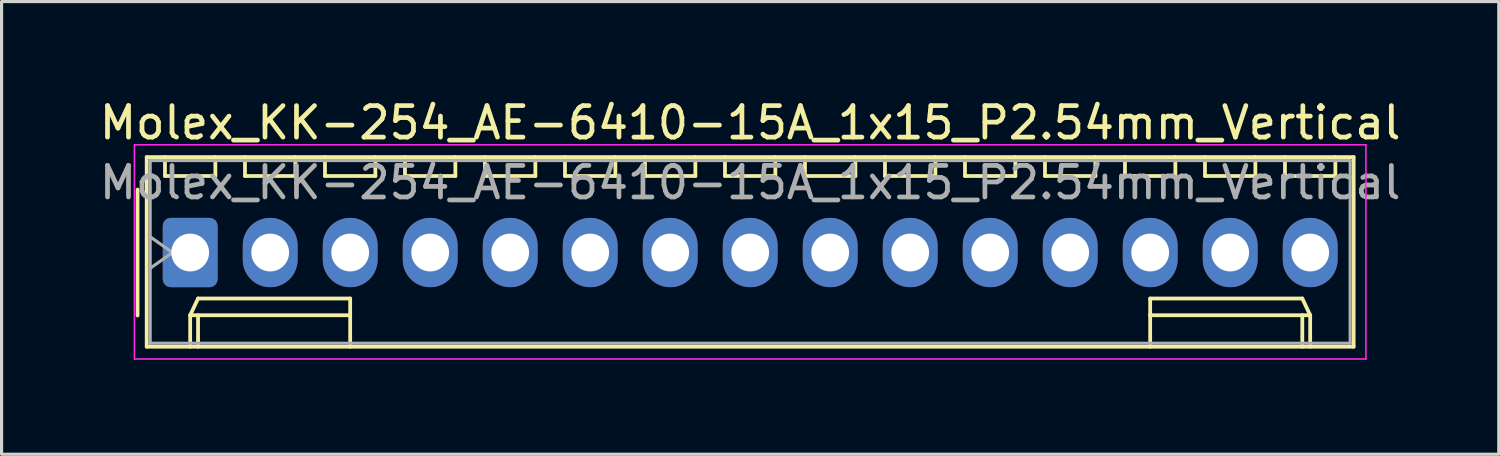
<source format=kicad_pcb>
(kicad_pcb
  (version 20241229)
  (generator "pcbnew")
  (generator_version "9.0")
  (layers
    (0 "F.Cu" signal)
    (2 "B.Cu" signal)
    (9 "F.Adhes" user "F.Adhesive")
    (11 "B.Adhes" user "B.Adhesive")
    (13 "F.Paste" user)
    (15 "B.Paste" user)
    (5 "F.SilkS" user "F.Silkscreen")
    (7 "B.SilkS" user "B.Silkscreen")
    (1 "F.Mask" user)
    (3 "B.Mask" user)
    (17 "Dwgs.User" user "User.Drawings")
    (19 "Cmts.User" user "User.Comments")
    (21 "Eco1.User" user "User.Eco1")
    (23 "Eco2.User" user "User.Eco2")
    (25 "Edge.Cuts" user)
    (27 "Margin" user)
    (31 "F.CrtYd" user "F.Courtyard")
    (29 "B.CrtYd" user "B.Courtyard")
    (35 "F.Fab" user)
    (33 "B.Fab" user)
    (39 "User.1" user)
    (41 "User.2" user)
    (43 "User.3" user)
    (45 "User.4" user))
  (footprint "Molex_KK-254_AE-6410-15A_1x15_P2.54mm_Vertical"
    (layer "F.Cu")
    (at 2.988 4.968)
    (property "Reference" "Molex_KK-254_AE-6410-15A_1x15_P2.54mm_Vertical" (at 17.78 -4.12 0) (layer "F.SilkS") (effects (font (size 1 1) (thickness 0.15))))
    (attr through_hole)
    (fp_line (start -1.67 -2) (end -1.67 2) (stroke (width 0.12) (type solid)) (layer "F.SilkS"))
    (fp_line (start -1.38 -3.03) (end -1.38 2.99) (stroke (width 0.12) (type solid)) (layer "F.SilkS"))
    (fp_line (start -1.38 2.99) (end 36.94 2.99) (stroke (width 0.12) (type solid)) (layer "F.SilkS"))
    (fp_line (start -0.8 -3.03) (end -0.8 -2.43) (stroke (width 0.12) (type solid)) (layer "F.SilkS"))
    (fp_line (start -0.8 -2.43) (end 0.8 -2.43) (stroke (width 0.12) (type solid)) (layer "F.SilkS"))
    (fp_line (start 0 1.99) (end 0.25 1.46) (stroke (width 0.12) (type solid)) (layer "F.SilkS"))
    (fp_line (start 0 1.99) (end 5.08 1.99) (stroke (width 0.12) (type solid)) (layer "F.SilkS"))
    (fp_line (start 0 2.99) (end 0 1.99) (stroke (width 0.12) (type solid)) (layer "F.SilkS"))
    (fp_line (start 0.25 1.46) (end 5.08 1.46) (stroke (width 0.12) (type solid)) (layer "F.SilkS"))
    (fp_line (start 0.25 2.99) (end 0.25 1.99) (stroke (width 0.12) (type solid)) (layer "F.SilkS"))
    (fp_line (start 0.8 -2.43) (end 0.8 -3.03) (stroke (width 0.12) (type solid)) (layer "F.SilkS"))
    (fp_line (start 1.74 -3.03) (end 1.74 -2.43) (stroke (width 0.12) (type solid)) (layer "F.SilkS"))
    (fp_line (start 1.74 -2.43) (end 3.34 -2.43) (stroke (width 0.12) (type solid)) (layer "F.SilkS"))
    (fp_line (start 3.34 -2.43) (end 3.34 -3.03) (stroke (width 0.12) (type solid)) (layer "F.SilkS"))
    (fp_line (start 4.28 -3.03) (end 4.28 -2.43) (stroke (width 0.12) (type solid)) (layer "F.SilkS"))
    (fp_line (start 4.28 -2.43) (end 5.88 -2.43) (stroke (width 0.12) (type solid)) (layer "F.SilkS"))
    (fp_line (start 5.08 1.46) (end 5.08 1.99) (stroke (width 0.12) (type solid)) (layer "F.SilkS"))
    (fp_line (start 5.08 1.99) (end 5.08 2.99) (stroke (width 0.12) (type solid)) (layer "F.SilkS"))
    (fp_line (start 5.88 -2.43) (end 5.88 -3.03) (stroke (width 0.12) (type solid)) (layer "F.SilkS"))
    (fp_line (start 6.82 -3.03) (end 6.82 -2.43) (stroke (width 0.12) (type solid)) (layer "F.SilkS"))
    (fp_line (start 6.82 -2.43) (end 8.42 -2.43) (stroke (width 0.12) (type solid)) (layer "F.SilkS"))
    (fp_line (start 8.42 -2.43) (end 8.42 -3.03) (stroke (width 0.12) (type solid)) (layer "F.SilkS"))
    (fp_line (start 9.36 -3.03) (end 9.36 -2.43) (stroke (width 0.12) (type solid)) (layer "F.SilkS"))
    (fp_line (start 9.36 -2.43) (end 10.96 -2.43) (stroke (width 0.12) (type solid)) (layer "F.SilkS"))
    (fp_line (start 10.96 -2.43) (end 10.96 -3.03) (stroke (width 0.12) (type solid)) (layer "F.SilkS"))
    (fp_line (start 11.9 -3.03) (end 11.9 -2.43) (stroke (width 0.12) (type solid)) (layer "F.SilkS"))
    (fp_line (start 11.9 -2.43) (end 13.5 -2.43) (stroke (width 0.12) (type solid)) (layer "F.SilkS"))
    (fp_line (start 13.5 -2.43) (end 13.5 -3.03) (stroke (width 0.12) (type solid)) (layer "F.SilkS"))
    (fp_line (start 14.44 -3.03) (end 14.44 -2.43) (stroke (width 0.12) (type solid)) (layer "F.SilkS"))
    (fp_line (start 14.44 -2.43) (end 16.04 -2.43) (stroke (width 0.12) (type solid)) (layer "F.SilkS"))
    (fp_line (start 16.04 -2.43) (end 16.04 -3.03) (stroke (width 0.12) (type solid)) (layer "F.SilkS"))
    (fp_line (start 16.98 -3.03) (end 16.98 -2.43) (stroke (width 0.12) (type solid)) (layer "F.SilkS"))
    (fp_line (start 16.98 -2.43) (end 18.58 -2.43) (stroke (width 0.12) (type solid)) (layer "F.SilkS"))
    (fp_line (start 18.58 -2.43) (end 18.58 -3.03) (stroke (width 0.12) (type solid)) (layer "F.SilkS"))
    (fp_line (start 19.52 -3.03) (end 19.52 -2.43) (stroke (width 0.12) (type solid)) (layer "F.SilkS"))
    (fp_line (start 19.52 -2.43) (end 21.12 -2.43) (stroke (width 0.12) (type solid)) (layer "F.SilkS"))
    (fp_line (start 21.12 -2.43) (end 21.12 -3.03) (stroke (width 0.12) (type solid)) (layer "F.SilkS"))
    (fp_line (start 22.06 -3.03) (end 22.06 -2.43) (stroke (width 0.12) (type solid)) (layer "F.SilkS"))
    (fp_line (start 22.06 -2.43) (end 23.66 -2.43) (stroke (width 0.12) (type solid)) (layer "F.SilkS"))
    (fp_line (start 23.66 -2.43) (end 23.66 -3.03) (stroke (width 0.12) (type solid)) (layer "F.SilkS"))
    (fp_line (start 24.6 -3.03) (end 24.6 -2.43) (stroke (width 0.12) (type solid)) (layer "F.SilkS"))
    (fp_line (start 24.6 -2.43) (end 26.2 -2.43) (stroke (width 0.12) (type solid)) (layer "F.SilkS"))
    (fp_line (start 26.2 -2.43) (end 26.2 -3.03) (stroke (width 0.12) (type solid)) (layer "F.SilkS"))
    (fp_line (start 27.14 -3.03) (end 27.14 -2.43) (stroke (width 0.12) (type solid)) (layer "F.SilkS"))
    (fp_line (start 27.14 -2.43) (end 28.74 -2.43) (stroke (width 0.12) (type solid)) (layer "F.SilkS"))
    (fp_line (start 28.74 -2.43) (end 28.74 -3.03) (stroke (width 0.12) (type solid)) (layer "F.SilkS"))
    (fp_line (start 29.68 -3.03) (end 29.68 -2.43) (stroke (width 0.12) (type solid)) (layer "F.SilkS"))
    (fp_line (start 29.68 -2.43) (end 31.28 -2.43) (stroke (width 0.12) (type solid)) (layer "F.SilkS"))
    (fp_line (start 30.48 1.46) (end 30.48 1.99) (stroke (width 0.12) (type solid)) (layer "F.SilkS"))
    (fp_line (start 30.48 1.99) (end 30.48 2.99) (stroke (width 0.12) (type solid)) (layer "F.SilkS"))
    (fp_line (start 31.28 -2.43) (end 31.28 -3.03) (stroke (width 0.12) (type solid)) (layer "F.SilkS"))
    (fp_line (start 32.22 -3.03) (end 32.22 -2.43) (stroke (width 0.12) (type solid)) (layer "F.SilkS"))
    (fp_line (start 32.22 -2.43) (end 33.82 -2.43) (stroke (width 0.12) (type solid)) (layer "F.SilkS"))
    (fp_line (start 33.82 -2.43) (end 33.82 -3.03) (stroke (width 0.12) (type solid)) (layer "F.SilkS"))
    (fp_line (start 34.76 -3.03) (end 34.76 -2.43) (stroke (width 0.12) (type solid)) (layer "F.SilkS"))
    (fp_line (start 34.76 -2.43) (end 36.36 -2.43) (stroke (width 0.12) (type solid)) (layer "F.SilkS"))
    (fp_line (start 35.31 1.46) (end 30.48 1.46) (stroke (width 0.12) (type solid)) (layer "F.SilkS"))
    (fp_line (start 35.31 2.99) (end 35.31 1.99) (stroke (width 0.12) (type solid)) (layer "F.SilkS"))
    (fp_line (start 35.56 1.99) (end 30.48 1.99) (stroke (width 0.12) (type solid)) (layer "F.SilkS"))
    (fp_line (start 35.56 1.99) (end 35.31 1.46) (stroke (width 0.12) (type solid)) (layer "F.SilkS"))
    (fp_line (start 35.56 2.99) (end 35.56 1.99) (stroke (width 0.12) (type solid)) (layer "F.SilkS"))
    (fp_line (start 36.36 -2.43) (end 36.36 -3.03) (stroke (width 0.12) (type solid)) (layer "F.SilkS"))
    (fp_line (start 36.94 -3.03) (end -1.38 -3.03) (stroke (width 0.12) (type solid)) (layer "F.SilkS"))
    (fp_line (start 36.94 2.99) (end 36.94 -3.03) (stroke (width 0.12) (type solid)) (layer "F.SilkS"))
    (fp_line (start -1.77 -3.42) (end -1.77 3.38) (stroke (width 0.05) (type solid)) (layer "F.CrtYd"))
    (fp_line (start -1.77 3.38) (end 37.33 3.38) (stroke (width 0.05) (type solid)) (layer "F.CrtYd"))
    (fp_line (start 37.33 -3.42) (end -1.77 -3.42) (stroke (width 0.05) (type solid)) (layer "F.CrtYd"))
    (fp_line (start 37.33 3.38) (end 37.33 -3.42) (stroke (width 0.05) (type solid)) (layer "F.CrtYd"))
    (fp_line (start -1.27 -2.92) (end -1.27 2.88) (stroke (width 0.1) (type solid)) (layer "F.Fab"))
    (fp_line (start -1.27 -0.5) (end -0.563 0) (stroke (width 0.1) (type solid)) (layer "F.Fab"))
    (fp_line (start -1.27 2.88) (end 36.83 2.88) (stroke (width 0.1) (type solid)) (layer "F.Fab"))
    (fp_line (start -0.563 0) (end -1.27 0.5) (stroke (width 0.1) (type solid)) (layer "F.Fab"))
    (fp_line (start 36.83 -2.92) (end -1.27 -2.92) (stroke (width 0.1) (type solid)) (layer "F.Fab"))
    (fp_line (start 36.83 2.88) (end 36.83 -2.92) (stroke (width 0.1) (type solid)) (layer "F.Fab"))
    (fp_text user "${REFERENCE}" (at 17.78 -2.22 0) (layer "F.Fab") (effects (font (size 1 1) (thickness 0.15))))
    (pad "1" thru_hole roundrect (at 0 0) (size 1.74 2.2) (drill 1.2) (layers "*.Cu" "*.Mask") (roundrect_rratio 0.144))
    (pad "2" thru_hole oval (at 2.54 0) (size 1.74 2.2) (drill 1.2) (layers "*.Cu" "*.Mask"))
    (pad "3" thru_hole oval (at 5.08 0) (size 1.74 2.2) (drill 1.2) (layers "*.Cu" "*.Mask"))
    (pad "4" thru_hole oval (at 7.62 0) (size 1.74 2.2) (drill 1.2) (layers "*.Cu" "*.Mask"))
    (pad "5" thru_hole oval (at 10.16 0) (size 1.74 2.2) (drill 1.2) (layers "*.Cu" "*.Mask"))
    (pad "6" thru_hole oval (at 12.7 0) (size 1.74 2.2) (drill 1.2) (layers "*.Cu" "*.Mask"))
    (pad "7" thru_hole oval (at 15.24 0) (size 1.74 2.2) (drill 1.2) (layers "*.Cu" "*.Mask"))
    (pad "8" thru_hole oval (at 17.78 0) (size 1.74 2.2) (drill 1.2) (layers "*.Cu" "*.Mask"))
    (pad "9" thru_hole oval (at 20.32 0) (size 1.74 2.2) (drill 1.2) (layers "*.Cu" "*.Mask"))
    (pad "10" thru_hole oval (at 22.86 0) (size 1.74 2.2) (drill 1.2) (layers "*.Cu" "*.Mask"))
    (pad "11" thru_hole oval (at 25.4 0) (size 1.74 2.2) (drill 1.2) (layers "*.Cu" "*.Mask"))
    (pad "12" thru_hole oval (at 27.94 0) (size 1.74 2.2) (drill 1.2) (layers "*.Cu" "*.Mask"))
    (pad "13" thru_hole oval (at 30.48 0) (size 1.74 2.2) (drill 1.2) (layers "*.Cu" "*.Mask"))
    (pad "14" thru_hole oval (at 33.02 0) (size 1.74 2.2) (drill 1.2) (layers "*.Cu" "*.Mask"))
    (pad "15" thru_hole oval (at 35.56 0) (size 1.74 2.2) (drill 1.2) (layers "*.Cu" "*.Mask")))
  (gr_rect
    (start -3 -3)
    (end 44.536 11.373)
    (stroke (width 0.1) (type default))
    (fill no)
    (layer "Edge.Cuts")))
</source>
